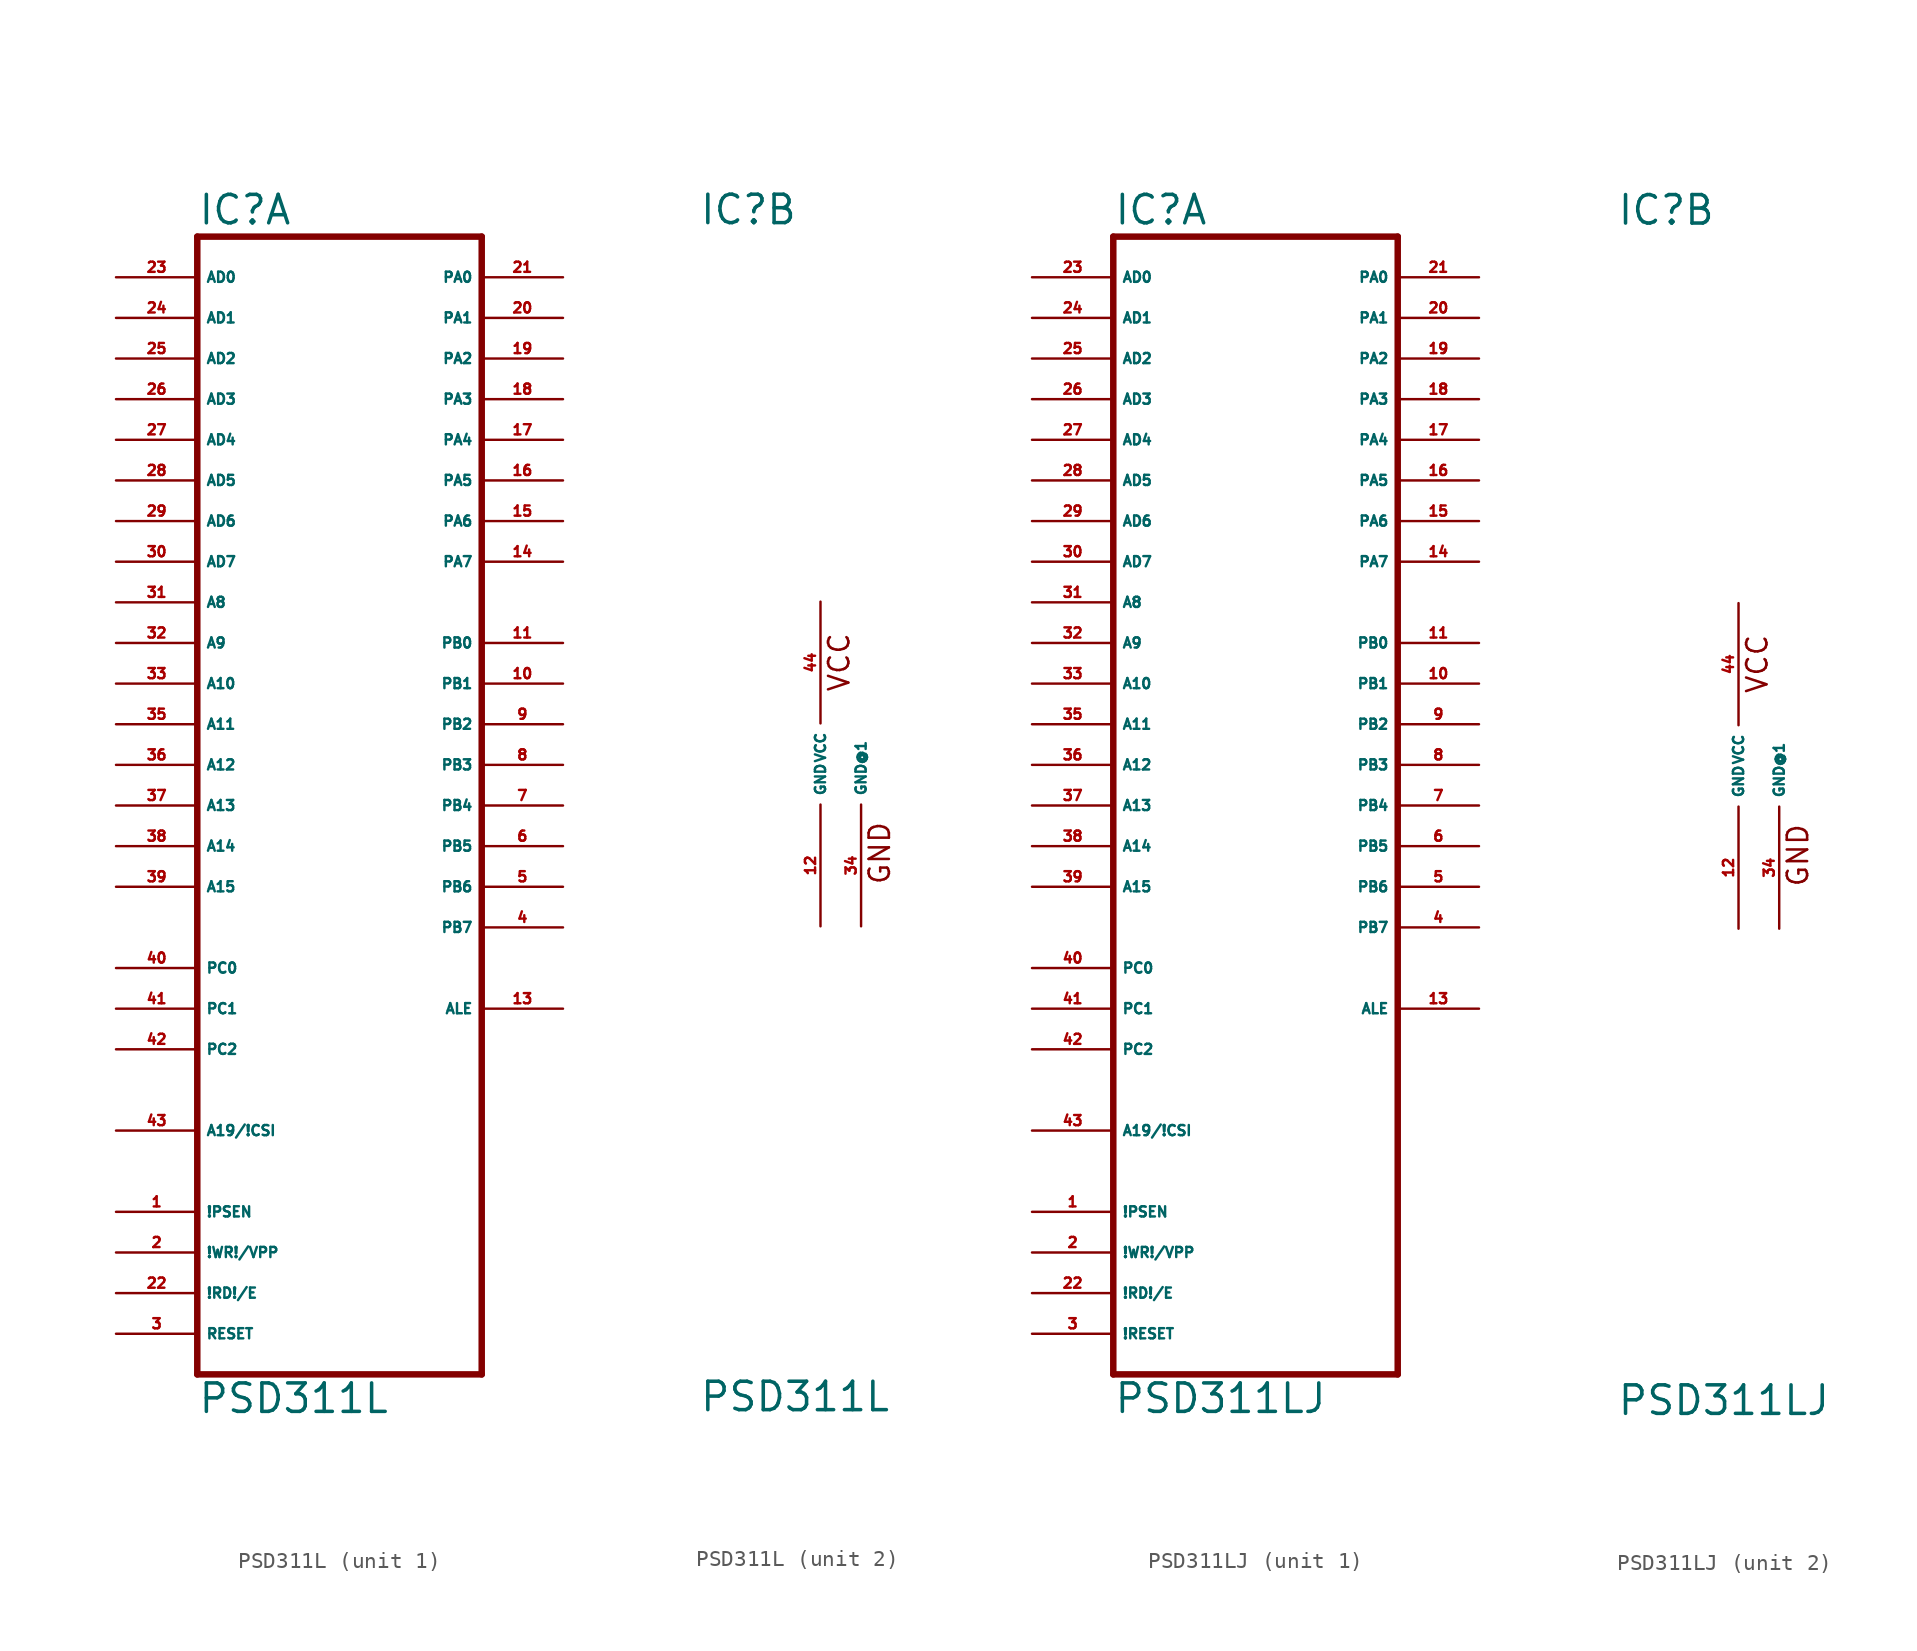
<source format=kicad_sym>
(kicad_symbol_lib
  (version 20220914)
  (generator Eagle2Kicad)
  (symbol "PSD311L"
    (property "Reference" "IC"
      (at -7.62 33.655 0)
      (effects (font (size 1.778 1.778) (thickness 0.22)) (justify left bottom)))
    (property "Value" "PSD311L"
      (at -7.62 -40.64 0)
      (effects (font (size 1.778 1.778) (thickness 0.22)) (justify left bottom)))
    (symbol "PSD311L_1_0"
      (polyline (pts (xy -7.62 -38.1) (xy 10.16 -38.1)) (stroke (width 0.406) (type default)) (fill (type none)))
      (polyline (pts (xy 10.16 -38.1) (xy 10.16 33.02)) (stroke (width 0.406) (type default)) (fill (type none)))
      (polyline (pts (xy 10.16 33.02) (xy -7.62 33.02)) (stroke (width 0.406) (type default)) (fill (type none)))
      (polyline (pts (xy -7.62 33.02) (xy -7.62 -38.1)) (stroke (width 0.406) (type default)) (fill (type none)))
      (pin input line (at -12.7 30.48 0) (length 5.08) (name "AD0" (effects (font (size 0.635 0.635) (thickness 0.08)) (justify left bottom))) (number "23" (effects (font (size 0.635 0.635) (thickness 0.08)) (justify left bottom))))
      (pin input line (at -12.7 27.94 0) (length 5.08) (name "AD1" (effects (font (size 0.635 0.635) (thickness 0.08)) (justify left bottom))) (number "24" (effects (font (size 0.635 0.635) (thickness 0.08)) (justify left bottom))))
      (pin input line (at -12.7 25.4 0) (length 5.08) (name "AD2" (effects (font (size 0.635 0.635) (thickness 0.08)) (justify left bottom))) (number "25" (effects (font (size 0.635 0.635) (thickness 0.08)) (justify left bottom))))
      (pin input line (at -12.7 22.86 0) (length 5.08) (name "AD3" (effects (font (size 0.635 0.635) (thickness 0.08)) (justify left bottom))) (number "26" (effects (font (size 0.635 0.635) (thickness 0.08)) (justify left bottom))))
      (pin input line (at -12.7 20.32 0) (length 5.08) (name "AD4" (effects (font (size 0.635 0.635) (thickness 0.08)) (justify left bottom))) (number "27" (effects (font (size 0.635 0.635) (thickness 0.08)) (justify left bottom))))
      (pin input line (at -12.7 17.78 0) (length 5.08) (name "AD5" (effects (font (size 0.635 0.635) (thickness 0.08)) (justify left bottom))) (number "28" (effects (font (size 0.635 0.635) (thickness 0.08)) (justify left bottom))))
      (pin input line (at -12.7 15.24 0) (length 5.08) (name "AD6" (effects (font (size 0.635 0.635) (thickness 0.08)) (justify left bottom))) (number "29" (effects (font (size 0.635 0.635) (thickness 0.08)) (justify left bottom))))
      (pin input line (at -12.7 12.7 0) (length 5.08) (name "AD7" (effects (font (size 0.635 0.635) (thickness 0.08)) (justify left bottom))) (number "30" (effects (font (size 0.635 0.635) (thickness 0.08)) (justify left bottom))))
      (pin input line (at -12.7 10.16 0) (length 5.08) (name "A8" (effects (font (size 0.635 0.635) (thickness 0.08)) (justify left bottom))) (number "31" (effects (font (size 0.635 0.635) (thickness 0.08)) (justify left bottom))))
      (pin input line (at -12.7 7.62 0) (length 5.08) (name "A9" (effects (font (size 0.635 0.635) (thickness 0.08)) (justify left bottom))) (number "32" (effects (font (size 0.635 0.635) (thickness 0.08)) (justify left bottom))))
      (pin input line (at -12.7 5.08 0) (length 5.08) (name "A10" (effects (font (size 0.635 0.635) (thickness 0.08)) (justify left bottom))) (number "33" (effects (font (size 0.635 0.635) (thickness 0.08)) (justify left bottom))))
      (pin input line (at -12.7 2.54 0) (length 5.08) (name "A11" (effects (font (size 0.635 0.635) (thickness 0.08)) (justify left bottom))) (number "35" (effects (font (size 0.635 0.635) (thickness 0.08)) (justify left bottom))))
      (pin input line (at -12.7 0 0) (length 5.08) (name "A12" (effects (font (size 0.635 0.635) (thickness 0.08)) (justify left bottom))) (number "36" (effects (font (size 0.635 0.635) (thickness 0.08)) (justify left bottom))))
      (pin input line (at -12.7 -2.54 0) (length 5.08) (name "A13" (effects (font (size 0.635 0.635) (thickness 0.08)) (justify left bottom))) (number "37" (effects (font (size 0.635 0.635) (thickness 0.08)) (justify left bottom))))
      (pin input line (at -12.7 -5.08 0) (length 5.08) (name "A14" (effects (font (size 0.635 0.635) (thickness 0.08)) (justify left bottom))) (number "38" (effects (font (size 0.635 0.635) (thickness 0.08)) (justify left bottom))))
      (pin input line (at -12.7 -7.62 0) (length 5.08) (name "A15" (effects (font (size 0.635 0.635) (thickness 0.08)) (justify left bottom))) (number "39" (effects (font (size 0.635 0.635) (thickness 0.08)) (justify left bottom))))
      (pin input line (at -12.7 -12.7 0) (length 5.08) (name "PC0" (effects (font (size 0.635 0.635) (thickness 0.08)) (justify left bottom))) (number "40" (effects (font (size 0.635 0.635) (thickness 0.08)) (justify left bottom))))
      (pin input line (at -12.7 -15.24 0) (length 5.08) (name "PC1" (effects (font (size 0.635 0.635) (thickness 0.08)) (justify left bottom))) (number "41" (effects (font (size 0.635 0.635) (thickness 0.08)) (justify left bottom))))
      (pin input line (at -12.7 -17.78 0) (length 5.08) (name "PC2" (effects (font (size 0.635 0.635) (thickness 0.08)) (justify left bottom))) (number "42" (effects (font (size 0.635 0.635) (thickness 0.08)) (justify left bottom))))
      (pin input line (at -12.7 -22.86 0) (length 5.08) (name "A19/!CSI" (effects (font (size 0.635 0.635) (thickness 0.08)) (justify left bottom))) (number "43" (effects (font (size 0.635 0.635) (thickness 0.08)) (justify left bottom))))
      (pin bidirectional line (at 15.24 30.48 180) (length 5.08) (name "PA0" (effects (font (size 0.635 0.635) (thickness 0.08)) (justify left bottom))) (number "21" (effects (font (size 0.635 0.635) (thickness 0.08)) (justify left bottom))))
      (pin bidirectional line (at 15.24 27.94 180) (length 5.08) (name "PA1" (effects (font (size 0.635 0.635) (thickness 0.08)) (justify left bottom))) (number "20" (effects (font (size 0.635 0.635) (thickness 0.08)) (justify left bottom))))
      (pin bidirectional line (at 15.24 25.4 180) (length 5.08) (name "PA2" (effects (font (size 0.635 0.635) (thickness 0.08)) (justify left bottom))) (number "19" (effects (font (size 0.635 0.635) (thickness 0.08)) (justify left bottom))))
      (pin bidirectional line (at 15.24 22.86 180) (length 5.08) (name "PA3" (effects (font (size 0.635 0.635) (thickness 0.08)) (justify left bottom))) (number "18" (effects (font (size 0.635 0.635) (thickness 0.08)) (justify left bottom))))
      (pin bidirectional line (at 15.24 20.32 180) (length 5.08) (name "PA4" (effects (font (size 0.635 0.635) (thickness 0.08)) (justify left bottom))) (number "17" (effects (font (size 0.635 0.635) (thickness 0.08)) (justify left bottom))))
      (pin bidirectional line (at 15.24 17.78 180) (length 5.08) (name "PA5" (effects (font (size 0.635 0.635) (thickness 0.08)) (justify left bottom))) (number "16" (effects (font (size 0.635 0.635) (thickness 0.08)) (justify left bottom))))
      (pin bidirectional line (at 15.24 15.24 180) (length 5.08) (name "PA6" (effects (font (size 0.635 0.635) (thickness 0.08)) (justify left bottom))) (number "15" (effects (font (size 0.635 0.635) (thickness 0.08)) (justify left bottom))))
      (pin bidirectional line (at 15.24 12.7 180) (length 5.08) (name "PA7" (effects (font (size 0.635 0.635) (thickness 0.08)) (justify left bottom))) (number "14" (effects (font (size 0.635 0.635) (thickness 0.08)) (justify left bottom))))
      (pin output line (at 15.24 7.62 180) (length 5.08) (name "PB0" (effects (font (size 0.635 0.635) (thickness 0.08)) (justify left bottom))) (number "11" (effects (font (size 0.635 0.635) (thickness 0.08)) (justify left bottom))))
      (pin output line (at 15.24 5.08 180) (length 5.08) (name "PB1" (effects (font (size 0.635 0.635) (thickness 0.08)) (justify left bottom))) (number "10" (effects (font (size 0.635 0.635) (thickness 0.08)) (justify left bottom))))
      (pin output line (at 15.24 2.54 180) (length 5.08) (name "PB2" (effects (font (size 0.635 0.635) (thickness 0.08)) (justify left bottom))) (number "9" (effects (font (size 0.635 0.635) (thickness 0.08)) (justify left bottom))))
      (pin output line (at 15.24 0 180) (length 5.08) (name "PB3" (effects (font (size 0.635 0.635) (thickness 0.08)) (justify left bottom))) (number "8" (effects (font (size 0.635 0.635) (thickness 0.08)) (justify left bottom))))
      (pin output line (at 15.24 -2.54 180) (length 5.08) (name "PB4" (effects (font (size 0.635 0.635) (thickness 0.08)) (justify left bottom))) (number "7" (effects (font (size 0.635 0.635) (thickness 0.08)) (justify left bottom))))
      (pin output line (at 15.24 -5.08 180) (length 5.08) (name "PB5" (effects (font (size 0.635 0.635) (thickness 0.08)) (justify left bottom))) (number "6" (effects (font (size 0.635 0.635) (thickness 0.08)) (justify left bottom))))
      (pin output line (at 15.24 -7.62 180) (length 5.08) (name "PB6" (effects (font (size 0.635 0.635) (thickness 0.08)) (justify left bottom))) (number "5" (effects (font (size 0.635 0.635) (thickness 0.08)) (justify left bottom))))
      (pin output line (at 15.24 -10.16 180) (length 5.08) (name "PB7" (effects (font (size 0.635 0.635) (thickness 0.08)) (justify left bottom))) (number "4" (effects (font (size 0.635 0.635) (thickness 0.08)) (justify left bottom))))
      (pin output line (at 15.24 -15.24 180) (length 5.08) (name "ALE" (effects (font (size 0.635 0.635) (thickness 0.08)) (justify left bottom))) (number "13" (effects (font (size 0.635 0.635) (thickness 0.08)) (justify left bottom))))
      (pin input line (at -12.7 -27.94 0) (length 5.08) (name "!PSEN" (effects (font (size 0.635 0.635) (thickness 0.08)) (justify left bottom))) (number "1" (effects (font (size 0.635 0.635) (thickness 0.08)) (justify left bottom))))
      (pin input line (at -12.7 -30.48 0) (length 5.08) (name "!WR!/VPP" (effects (font (size 0.635 0.635) (thickness 0.08)) (justify left bottom))) (number "2" (effects (font (size 0.635 0.635) (thickness 0.08)) (justify left bottom))))
      (pin input line (at -12.7 -33.02 0) (length 5.08) (name "!RD!/E" (effects (font (size 0.635 0.635) (thickness 0.08)) (justify left bottom))) (number "22" (effects (font (size 0.635 0.635) (thickness 0.08)) (justify left bottom))))
      (pin input line (at -12.7 -35.56 0) (length 5.08) (name "RESET" (effects (font (size 0.635 0.635) (thickness 0.08)) (justify left bottom))) (number "3" (effects (font (size 0.635 0.635) (thickness 0.08)) (justify left bottom)))))
    (symbol "PSD311L_2_0"
      (text "VCC" (at 1.905 4.445 900) (effects (font (size 1.27 1.27) (thickness 0.16)) (justify left bottom)))
      (text "GND" (at 4.445 -7.62 900) (effects (font (size 1.27 1.27) (thickness 0.16)) (justify left bottom)))
      (pin unspecified line (at 0 10.16 270) (length 7.62) (name "VCC" (effects (font (size 0.635 0.635) (thickness 0.08)) (justify left bottom))) (number "44" (effects (font (size 0.635 0.635) (thickness 0.08)) (justify left bottom))))
      (pin unspecified line (at 0 -10.16 90) (length 7.62) (name "GND" (effects (font (size 0.635 0.635) (thickness 0.08)) (justify left bottom))) (number "12" (effects (font (size 0.635 0.635) (thickness 0.08)) (justify left bottom))))
      (pin unspecified line (at 2.54 -10.16 90) (length 7.62) (name "GND@1" (effects (font (size 0.635 0.635) (thickness 0.08)) (justify left bottom))) (number "34" (effects (font (size 0.635 0.635) (thickness 0.08)) (justify left bottom))))))
  (symbol "PSD311LJ"
    (property "Reference" "IC"
      (at -7.62 33.655 0)
      (effects (font (size 1.778 1.778) (thickness 0.22)) (justify left bottom)))
    (property "Value" "PSD311LJ"
      (at -7.62 -40.64 0)
      (effects (font (size 1.778 1.778) (thickness 0.22)) (justify left bottom)))
    (symbol "PSD311LJ_1_0"
      (polyline (pts (xy -7.62 -38.1) (xy 10.16 -38.1)) (stroke (width 0.406) (type default)) (fill (type none)))
      (polyline (pts (xy 10.16 -38.1) (xy 10.16 33.02)) (stroke (width 0.406) (type default)) (fill (type none)))
      (polyline (pts (xy 10.16 33.02) (xy -7.62 33.02)) (stroke (width 0.406) (type default)) (fill (type none)))
      (polyline (pts (xy -7.62 33.02) (xy -7.62 -38.1)) (stroke (width 0.406) (type default)) (fill (type none)))
      (pin input line (at -12.7 30.48 0) (length 5.08) (name "AD0" (effects (font (size 0.635 0.635) (thickness 0.08)) (justify left bottom))) (number "23" (effects (font (size 0.635 0.635) (thickness 0.08)) (justify left bottom))))
      (pin input line (at -12.7 27.94 0) (length 5.08) (name "AD1" (effects (font (size 0.635 0.635) (thickness 0.08)) (justify left bottom))) (number "24" (effects (font (size 0.635 0.635) (thickness 0.08)) (justify left bottom))))
      (pin input line (at -12.7 25.4 0) (length 5.08) (name "AD2" (effects (font (size 0.635 0.635) (thickness 0.08)) (justify left bottom))) (number "25" (effects (font (size 0.635 0.635) (thickness 0.08)) (justify left bottom))))
      (pin input line (at -12.7 22.86 0) (length 5.08) (name "AD3" (effects (font (size 0.635 0.635) (thickness 0.08)) (justify left bottom))) (number "26" (effects (font (size 0.635 0.635) (thickness 0.08)) (justify left bottom))))
      (pin input line (at -12.7 20.32 0) (length 5.08) (name "AD4" (effects (font (size 0.635 0.635) (thickness 0.08)) (justify left bottom))) (number "27" (effects (font (size 0.635 0.635) (thickness 0.08)) (justify left bottom))))
      (pin input line (at -12.7 17.78 0) (length 5.08) (name "AD5" (effects (font (size 0.635 0.635) (thickness 0.08)) (justify left bottom))) (number "28" (effects (font (size 0.635 0.635) (thickness 0.08)) (justify left bottom))))
      (pin input line (at -12.7 15.24 0) (length 5.08) (name "AD6" (effects (font (size 0.635 0.635) (thickness 0.08)) (justify left bottom))) (number "29" (effects (font (size 0.635 0.635) (thickness 0.08)) (justify left bottom))))
      (pin input line (at -12.7 12.7 0) (length 5.08) (name "AD7" (effects (font (size 0.635 0.635) (thickness 0.08)) (justify left bottom))) (number "30" (effects (font (size 0.635 0.635) (thickness 0.08)) (justify left bottom))))
      (pin input line (at -12.7 10.16 0) (length 5.08) (name "A8" (effects (font (size 0.635 0.635) (thickness 0.08)) (justify left bottom))) (number "31" (effects (font (size 0.635 0.635) (thickness 0.08)) (justify left bottom))))
      (pin input line (at -12.7 7.62 0) (length 5.08) (name "A9" (effects (font (size 0.635 0.635) (thickness 0.08)) (justify left bottom))) (number "32" (effects (font (size 0.635 0.635) (thickness 0.08)) (justify left bottom))))
      (pin input line (at -12.7 5.08 0) (length 5.08) (name "A10" (effects (font (size 0.635 0.635) (thickness 0.08)) (justify left bottom))) (number "33" (effects (font (size 0.635 0.635) (thickness 0.08)) (justify left bottom))))
      (pin input line (at -12.7 2.54 0) (length 5.08) (name "A11" (effects (font (size 0.635 0.635) (thickness 0.08)) (justify left bottom))) (number "35" (effects (font (size 0.635 0.635) (thickness 0.08)) (justify left bottom))))
      (pin input line (at -12.7 0 0) (length 5.08) (name "A12" (effects (font (size 0.635 0.635) (thickness 0.08)) (justify left bottom))) (number "36" (effects (font (size 0.635 0.635) (thickness 0.08)) (justify left bottom))))
      (pin input line (at -12.7 -2.54 0) (length 5.08) (name "A13" (effects (font (size 0.635 0.635) (thickness 0.08)) (justify left bottom))) (number "37" (effects (font (size 0.635 0.635) (thickness 0.08)) (justify left bottom))))
      (pin input line (at -12.7 -5.08 0) (length 5.08) (name "A14" (effects (font (size 0.635 0.635) (thickness 0.08)) (justify left bottom))) (number "38" (effects (font (size 0.635 0.635) (thickness 0.08)) (justify left bottom))))
      (pin input line (at -12.7 -7.62 0) (length 5.08) (name "A15" (effects (font (size 0.635 0.635) (thickness 0.08)) (justify left bottom))) (number "39" (effects (font (size 0.635 0.635) (thickness 0.08)) (justify left bottom))))
      (pin input line (at -12.7 -12.7 0) (length 5.08) (name "PC0" (effects (font (size 0.635 0.635) (thickness 0.08)) (justify left bottom))) (number "40" (effects (font (size 0.635 0.635) (thickness 0.08)) (justify left bottom))))
      (pin input line (at -12.7 -15.24 0) (length 5.08) (name "PC1" (effects (font (size 0.635 0.635) (thickness 0.08)) (justify left bottom))) (number "41" (effects (font (size 0.635 0.635) (thickness 0.08)) (justify left bottom))))
      (pin input line (at -12.7 -17.78 0) (length 5.08) (name "PC2" (effects (font (size 0.635 0.635) (thickness 0.08)) (justify left bottom))) (number "42" (effects (font (size 0.635 0.635) (thickness 0.08)) (justify left bottom))))
      (pin input line (at -12.7 -22.86 0) (length 5.08) (name "A19/!CSI" (effects (font (size 0.635 0.635) (thickness 0.08)) (justify left bottom))) (number "43" (effects (font (size 0.635 0.635) (thickness 0.08)) (justify left bottom))))
      (pin bidirectional line (at 15.24 30.48 180) (length 5.08) (name "PA0" (effects (font (size 0.635 0.635) (thickness 0.08)) (justify left bottom))) (number "21" (effects (font (size 0.635 0.635) (thickness 0.08)) (justify left bottom))))
      (pin bidirectional line (at 15.24 27.94 180) (length 5.08) (name "PA1" (effects (font (size 0.635 0.635) (thickness 0.08)) (justify left bottom))) (number "20" (effects (font (size 0.635 0.635) (thickness 0.08)) (justify left bottom))))
      (pin bidirectional line (at 15.24 25.4 180) (length 5.08) (name "PA2" (effects (font (size 0.635 0.635) (thickness 0.08)) (justify left bottom))) (number "19" (effects (font (size 0.635 0.635) (thickness 0.08)) (justify left bottom))))
      (pin bidirectional line (at 15.24 22.86 180) (length 5.08) (name "PA3" (effects (font (size 0.635 0.635) (thickness 0.08)) (justify left bottom))) (number "18" (effects (font (size 0.635 0.635) (thickness 0.08)) (justify left bottom))))
      (pin bidirectional line (at 15.24 20.32 180) (length 5.08) (name "PA4" (effects (font (size 0.635 0.635) (thickness 0.08)) (justify left bottom))) (number "17" (effects (font (size 0.635 0.635) (thickness 0.08)) (justify left bottom))))
      (pin bidirectional line (at 15.24 17.78 180) (length 5.08) (name "PA5" (effects (font (size 0.635 0.635) (thickness 0.08)) (justify left bottom))) (number "16" (effects (font (size 0.635 0.635) (thickness 0.08)) (justify left bottom))))
      (pin bidirectional line (at 15.24 15.24 180) (length 5.08) (name "PA6" (effects (font (size 0.635 0.635) (thickness 0.08)) (justify left bottom))) (number "15" (effects (font (size 0.635 0.635) (thickness 0.08)) (justify left bottom))))
      (pin bidirectional line (at 15.24 12.7 180) (length 5.08) (name "PA7" (effects (font (size 0.635 0.635) (thickness 0.08)) (justify left bottom))) (number "14" (effects (font (size 0.635 0.635) (thickness 0.08)) (justify left bottom))))
      (pin output line (at 15.24 7.62 180) (length 5.08) (name "PB0" (effects (font (size 0.635 0.635) (thickness 0.08)) (justify left bottom))) (number "11" (effects (font (size 0.635 0.635) (thickness 0.08)) (justify left bottom))))
      (pin output line (at 15.24 5.08 180) (length 5.08) (name "PB1" (effects (font (size 0.635 0.635) (thickness 0.08)) (justify left bottom))) (number "10" (effects (font (size 0.635 0.635) (thickness 0.08)) (justify left bottom))))
      (pin output line (at 15.24 2.54 180) (length 5.08) (name "PB2" (effects (font (size 0.635 0.635) (thickness 0.08)) (justify left bottom))) (number "9" (effects (font (size 0.635 0.635) (thickness 0.08)) (justify left bottom))))
      (pin output line (at 15.24 0 180) (length 5.08) (name "PB3" (effects (font (size 0.635 0.635) (thickness 0.08)) (justify left bottom))) (number "8" (effects (font (size 0.635 0.635) (thickness 0.08)) (justify left bottom))))
      (pin output line (at 15.24 -2.54 180) (length 5.08) (name "PB4" (effects (font (size 0.635 0.635) (thickness 0.08)) (justify left bottom))) (number "7" (effects (font (size 0.635 0.635) (thickness 0.08)) (justify left bottom))))
      (pin output line (at 15.24 -5.08 180) (length 5.08) (name "PB5" (effects (font (size 0.635 0.635) (thickness 0.08)) (justify left bottom))) (number "6" (effects (font (size 0.635 0.635) (thickness 0.08)) (justify left bottom))))
      (pin output line (at 15.24 -7.62 180) (length 5.08) (name "PB6" (effects (font (size 0.635 0.635) (thickness 0.08)) (justify left bottom))) (number "5" (effects (font (size 0.635 0.635) (thickness 0.08)) (justify left bottom))))
      (pin output line (at 15.24 -10.16 180) (length 5.08) (name "PB7" (effects (font (size 0.635 0.635) (thickness 0.08)) (justify left bottom))) (number "4" (effects (font (size 0.635 0.635) (thickness 0.08)) (justify left bottom))))
      (pin output line (at 15.24 -15.24 180) (length 5.08) (name "ALE" (effects (font (size 0.635 0.635) (thickness 0.08)) (justify left bottom))) (number "13" (effects (font (size 0.635 0.635) (thickness 0.08)) (justify left bottom))))
      (pin input line (at -12.7 -27.94 0) (length 5.08) (name "!PSEN" (effects (font (size 0.635 0.635) (thickness 0.08)) (justify left bottom))) (number "1" (effects (font (size 0.635 0.635) (thickness 0.08)) (justify left bottom))))
      (pin input line (at -12.7 -30.48 0) (length 5.08) (name "!WR!/VPP" (effects (font (size 0.635 0.635) (thickness 0.08)) (justify left bottom))) (number "2" (effects (font (size 0.635 0.635) (thickness 0.08)) (justify left bottom))))
      (pin input line (at -12.7 -33.02 0) (length 5.08) (name "!RD!/E" (effects (font (size 0.635 0.635) (thickness 0.08)) (justify left bottom))) (number "22" (effects (font (size 0.635 0.635) (thickness 0.08)) (justify left bottom))))
      (pin input line (at -12.7 -35.56 0) (length 5.08) (name "!RESET" (effects (font (size 0.635 0.635) (thickness 0.08)) (justify left bottom))) (number "3" (effects (font (size 0.635 0.635) (thickness 0.08)) (justify left bottom)))))
    (symbol "PSD311LJ_2_0"
      (text "VCC" (at 1.905 4.445 900) (effects (font (size 1.27 1.27) (thickness 0.16)) (justify left bottom)))
      (text "GND" (at 4.445 -7.62 900) (effects (font (size 1.27 1.27) (thickness 0.16)) (justify left bottom)))
      (pin unspecified line (at 0 10.16 270) (length 7.62) (name "VCC" (effects (font (size 0.635 0.635) (thickness 0.08)) (justify left bottom))) (number "44" (effects (font (size 0.635 0.635) (thickness 0.08)) (justify left bottom))))
      (pin unspecified line (at 0 -10.16 90) (length 7.62) (name "GND" (effects (font (size 0.635 0.635) (thickness 0.08)) (justify left bottom))) (number "12" (effects (font (size 0.635 0.635) (thickness 0.08)) (justify left bottom))))
      (pin unspecified line (at 2.54 -10.16 90) (length 7.62) (name "GND@1" (effects (font (size 0.635 0.635) (thickness 0.08)) (justify left bottom))) (number "34" (effects (font (size 0.635 0.635) (thickness 0.08)) (justify left bottom)))))))
</source>
